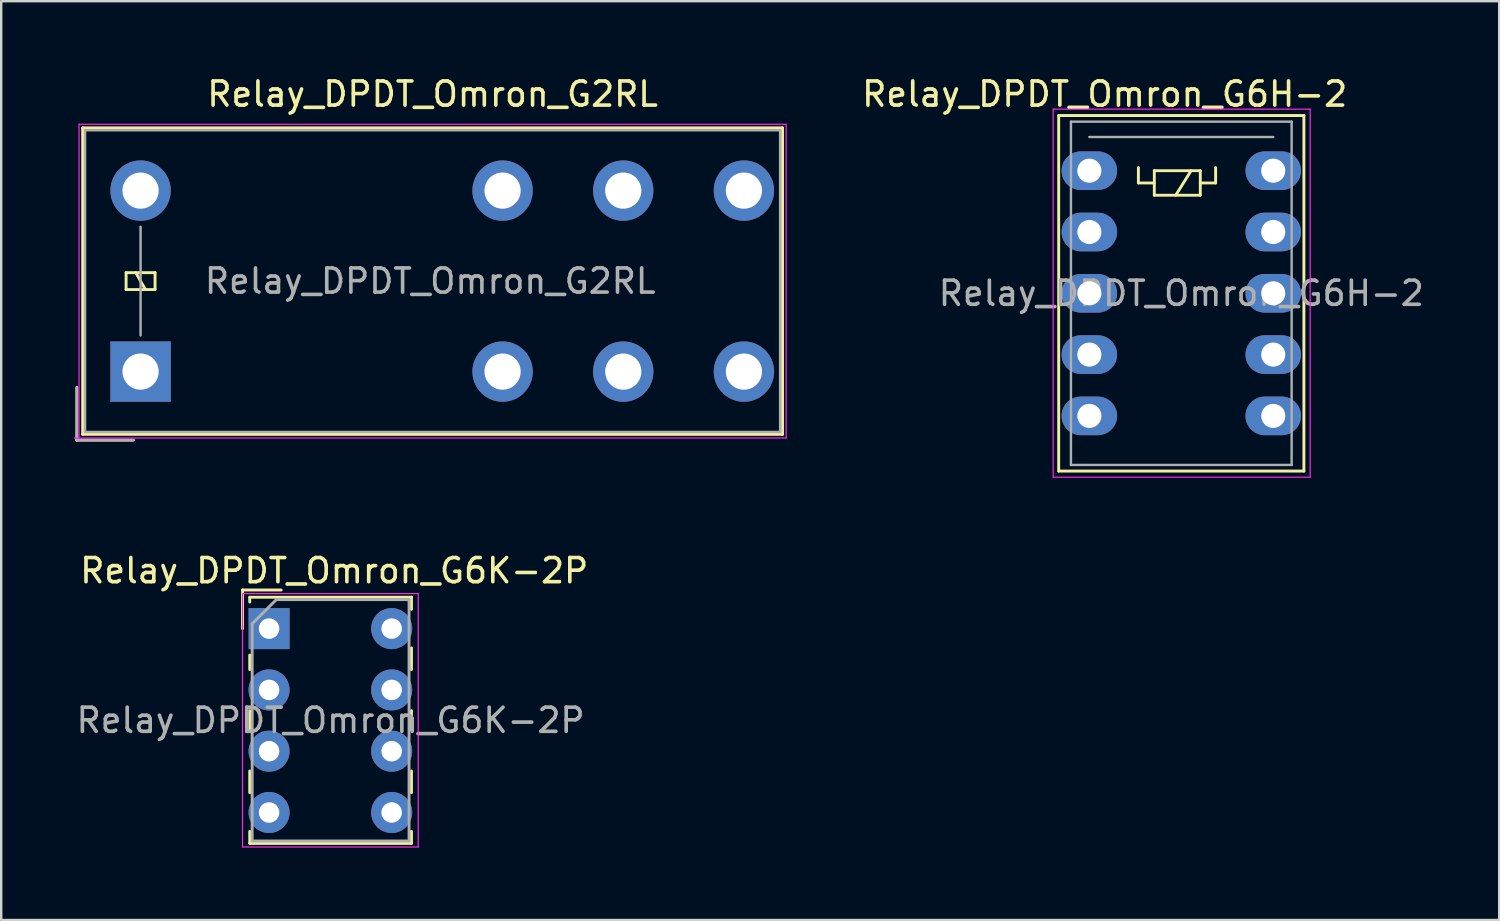
<source format=kicad_pcb>
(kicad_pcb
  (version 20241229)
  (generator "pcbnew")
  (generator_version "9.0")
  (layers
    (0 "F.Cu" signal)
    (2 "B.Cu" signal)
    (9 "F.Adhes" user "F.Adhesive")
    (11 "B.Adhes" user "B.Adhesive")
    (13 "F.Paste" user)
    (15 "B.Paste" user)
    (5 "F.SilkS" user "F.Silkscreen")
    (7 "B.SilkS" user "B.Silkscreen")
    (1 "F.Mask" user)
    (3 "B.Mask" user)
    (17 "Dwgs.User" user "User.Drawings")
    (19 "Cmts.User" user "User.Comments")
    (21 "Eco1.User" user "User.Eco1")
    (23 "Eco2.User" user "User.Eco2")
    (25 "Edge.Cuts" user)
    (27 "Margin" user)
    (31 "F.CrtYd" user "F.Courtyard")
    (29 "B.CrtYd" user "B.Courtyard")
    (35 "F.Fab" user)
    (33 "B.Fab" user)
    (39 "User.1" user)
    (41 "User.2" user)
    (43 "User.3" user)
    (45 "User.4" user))
  (footprint "Relay_DPDT_Omron_G6H-2"
    (layer "F.Cu")
    (at 42.088 4.023)
    (property "Reference" "Relay_DPDT_Omron_G6H-2" (at 0.635 -3.175 0) (layer "F.SilkS") (effects (font (size 1 1) (thickness 0.15))))
    (attr through_hole)
    (fp_line (start -1.27 -2.286) (end 8.89 -2.286) (stroke (width 0.12) (type solid)) (layer "F.SilkS"))
    (fp_line (start -1.27 12.446) (end -1.27 -2.286) (stroke (width 0.12) (type solid)) (layer "F.SilkS"))
    (fp_line (start 2.032 -0.127) (end 2.032 0.508) (stroke (width 0.12) (type solid)) (layer "F.SilkS"))
    (fp_line (start 2.032 0.508) (end 2.692 0.508) (stroke (width 0.12) (type solid)) (layer "F.SilkS"))
    (fp_line (start 2.692 0) (end 2.692 1.016) (stroke (width 0.12) (type solid)) (layer "F.SilkS"))
    (fp_line (start 2.692 1.016) (end 4.597 1.016) (stroke (width 0.12) (type solid)) (layer "F.SilkS"))
    (fp_line (start 4.216 0) (end 3.581 1.016) (stroke (width 0.12) (type solid)) (layer "F.SilkS"))
    (fp_line (start 4.597 0) (end 2.692 0) (stroke (width 0.12) (type solid)) (layer "F.SilkS"))
    (fp_line (start 4.597 0) (end 4.597 1.016) (stroke (width 0.12) (type solid)) (layer "F.SilkS"))
    (fp_line (start 5.232 -0.127) (end 5.232 0.508) (stroke (width 0.12) (type solid)) (layer "F.SilkS"))
    (fp_line (start 5.232 0.508) (end 4.597 0.508) (stroke (width 0.12) (type solid)) (layer "F.SilkS"))
    (fp_line (start 8.89 -2.286) (end 8.89 12.446) (stroke (width 0.12) (type solid)) (layer "F.SilkS"))
    (fp_line (start 8.89 12.446) (end -1.27 12.446) (stroke (width 0.12) (type solid)) (layer "F.SilkS"))
    (fp_line (start -1.5 -2.55) (end 9.15 -2.55) (stroke (width 0.05) (type solid)) (layer "F.CrtYd"))
    (fp_line (start -1.5 12.7) (end -1.5 -2.55) (stroke (width 0.05) (type solid)) (layer "F.CrtYd"))
    (fp_line (start 9.15 -2.55) (end 9.15 12.7) (stroke (width 0.05) (type solid)) (layer "F.CrtYd"))
    (fp_line (start 9.15 12.7) (end -1.5 12.7) (stroke (width 0.05) (type solid)) (layer "F.CrtYd"))
    (fp_line (start -0.762 -2.032) (end 8.382 -2.032) (stroke (width 0.1) (type solid)) (layer "F.Fab"))
    (fp_line (start -0.762 12.192) (end -0.762 -2.032) (stroke (width 0.1) (type solid)) (layer "F.Fab"))
    (fp_line (start 0 -1.397) (end 7.62 -1.397) (stroke (width 0.1) (type solid)) (layer "F.Fab"))
    (fp_line (start 8.382 -2.032) (end 8.382 12.192) (stroke (width 0.1) (type solid)) (layer "F.Fab"))
    (fp_line (start 8.382 12.192) (end -0.762 12.192) (stroke (width 0.1) (type solid)) (layer "F.Fab"))
    (fp_text user "${REFERENCE}" (at 3.81 5.08 0) (layer "F.Fab") (effects (font (size 1 1) (thickness 0.15))))
    (pad "1" thru_hole oval (at 0 0) (size 2.3 1.6) (drill 1) (layers "*.Cu" "*.Mask"))
    (pad "2" thru_hole oval (at 0 2.54) (size 2.3 1.6) (drill 1) (layers "*.Cu" "*.Mask"))
    (pad "3" thru_hole oval (at 0 5.08) (size 2.3 1.6) (drill 1) (layers "*.Cu" "*.Mask"))
    (pad "4" thru_hole oval (at 0 7.62) (size 2.3 1.6) (drill 1) (layers "*.Cu" "*.Mask"))
    (pad "5" thru_hole oval (at 0 10.16) (size 2.3 1.6) (drill 1) (layers "*.Cu" "*.Mask"))
    (pad "6" thru_hole oval (at 7.62 10.16) (size 2.3 1.6) (drill 1) (layers "*.Cu" "*.Mask"))
    (pad "7" thru_hole oval (at 7.62 7.62) (size 2.3 1.6) (drill 1) (layers "*.Cu" "*.Mask"))
    (pad "8" thru_hole oval (at 7.62 5.08) (size 2.3 1.6) (drill 1) (layers "*.Cu" "*.Mask"))
    (pad "9" thru_hole oval (at 7.62 2.54) (size 2.3 1.6) (drill 1) (layers "*.Cu" "*.Mask"))
    (pad "10" thru_hole oval (at 7.62 0) (size 2.3 1.6) (drill 1) (layers "*.Cu" "*.Mask")))
  (footprint "Relay_DPDT_Omron_G6K-2P"
    (layer "F.Cu")
    (at 8.099 22.997)
    (property "Reference" "Relay_DPDT_Omron_G6K-2P" (at 2.7 -2.4 0) (layer "F.SilkS") (effects (font (size 1 1) (thickness 0.15))))
    (attr through_hole)
    (fp_line (start -1.1 -1.6) (end 0.5 -1.6) (stroke (width 0.12) (type solid)) (layer "F.SilkS"))
    (fp_line (start -1.1 0) (end -1.1 -1.6) (stroke (width 0.12) (type solid)) (layer "F.SilkS"))
    (fp_line (start -0.8 -1.3) (end -0.8 -1.1) (stroke (width 0.12) (type solid)) (layer "F.SilkS"))
    (fp_line (start -0.8 -1.3) (end 5.9 -1.3) (stroke (width 0.12) (type solid)) (layer "F.SilkS"))
    (fp_line (start -0.8 1.7) (end -0.8 1.1) (stroke (width 0.12) (type solid)) (layer "F.SilkS"))
    (fp_line (start -0.8 4.2) (end -0.8 3.4) (stroke (width 0.12) (type solid)) (layer "F.SilkS"))
    (fp_line (start -0.8 6.8) (end -0.8 5.9) (stroke (width 0.12) (type solid)) (layer "F.SilkS"))
    (fp_line (start -0.8 8.9) (end -0.8 8.4) (stroke (width 0.12) (type solid)) (layer "F.SilkS"))
    (fp_line (start 5.9 -1.3) (end 5.9 -0.8) (stroke (width 0.12) (type solid)) (layer "F.SilkS"))
    (fp_line (start 5.9 0.8) (end 5.9 1.7) (stroke (width 0.12) (type solid)) (layer "F.SilkS"))
    (fp_line (start 5.9 3.4) (end 5.9 4.2) (stroke (width 0.12) (type solid)) (layer "F.SilkS"))
    (fp_line (start 5.9 5.9) (end 5.9 6.8) (stroke (width 0.12) (type solid)) (layer "F.SilkS"))
    (fp_line (start 5.9 8.4) (end 5.9 8.9) (stroke (width 0.12) (type solid)) (layer "F.SilkS"))
    (fp_line (start 5.9 8.9) (end -0.8 8.9) (stroke (width 0.12) (type solid)) (layer "F.SilkS"))
    (fp_line (start -1.1 -1.45) (end -1.1 9.05) (stroke (width 0.05) (type solid)) (layer "F.CrtYd"))
    (fp_line (start -1.1 -1.45) (end 6.18 -1.45) (stroke (width 0.05) (type solid)) (layer "F.CrtYd"))
    (fp_line (start 6.18 9.05) (end -1.1 9.05) (stroke (width 0.05) (type solid)) (layer "F.CrtYd"))
    (fp_line (start 6.18 9.05) (end 6.18 -1.45) (stroke (width 0.05) (type solid)) (layer "F.CrtYd"))
    (fp_line (start -0.7 -0.2) (end 0.3 -1.2) (stroke (width 0.12) (type solid)) (layer "F.Fab"))
    (fp_line (start -0.7 8.8) (end -0.7 -0.2) (stroke (width 0.12) (type solid)) (layer "F.Fab"))
    (fp_line (start 0.3 -1.2) (end 5.8 -1.2) (stroke (width 0.12) (type solid)) (layer "F.Fab"))
    (fp_line (start 5.8 -1.2) (end 5.8 8.8) (stroke (width 0.12) (type solid)) (layer "F.Fab"))
    (fp_line (start 5.8 8.8) (end -0.7 8.8) (stroke (width 0.12) (type solid)) (layer "F.Fab"))
    (fp_text user "${REFERENCE}" (at 2.55 3.8 0) (layer "F.Fab") (effects (font (size 1 1) (thickness 0.15))))
    (pad "1" thru_hole rect (at 0 0) (size 1.7 1.7) (drill 0.85) (layers "*.Cu" "*.Mask"))
    (pad "2" thru_hole circle (at 0 2.54) (size 1.7 1.7) (drill 0.85) (layers "*.Cu" "*.Mask"))
    (pad "3" thru_hole circle (at 0 5.08) (size 1.7 1.7) (drill 0.85) (layers "*.Cu" "*.Mask"))
    (pad "4" thru_hole circle (at 0 7.62) (size 1.7 1.7) (drill 0.85) (layers "*.Cu" "*.Mask"))
    (pad "5" thru_hole circle (at 5.08 7.62) (size 1.7 1.7) (drill 0.85) (layers "*.Cu" "*.Mask"))
    (pad "6" thru_hole circle (at 5.08 5.08) (size 1.7 1.7) (drill 0.85) (layers "*.Cu" "*.Mask"))
    (pad "7" thru_hole circle (at 5.08 2.54) (size 1.7 1.7) (drill 0.85) (layers "*.Cu" "*.Mask"))
    (pad "8" thru_hole circle (at 5.08 0) (size 1.7 1.7) (drill 0.85) (layers "*.Cu" "*.Mask")))
  (footprint "Relay_DPDT_Omron_G2RL"
    (layer "F.Cu")
    (at 2.775 12.348)
    (property "Reference" "Relay_DPDT_Omron_G2RL" (at 12.1 -11.5 180) (layer "F.SilkS") (effects (font (size 1 1) (thickness 0.15))))
    (attr through_hole)
    (fp_line (start -2.64 2.84) (end -2.64 0.65) (stroke (width 0.12) (type solid)) (layer "F.SilkS"))
    (fp_line (start -2.4 -10.1) (end -2.4 2.6) (stroke (width 0.12) (type solid)) (layer "F.SilkS"))
    (fp_line (start -2.4 2.6) (end 26.6 2.6) (stroke (width 0.12) (type solid)) (layer "F.SilkS"))
    (fp_line (start -0.6 -4.1) (end -0.6 -3.4) (stroke (width 0.12) (type solid)) (layer "F.SilkS"))
    (fp_line (start -0.6 -3.4) (end 0.6 -3.4) (stroke (width 0.12) (type solid)) (layer "F.SilkS"))
    (fp_line (start -0.3 2.84) (end -2.64 2.84) (stroke (width 0.12) (type solid)) (layer "F.SilkS"))
    (fp_line (start 0.2 -3.4) (end -0.2 -4.1) (stroke (width 0.12) (type solid)) (layer "F.SilkS"))
    (fp_line (start 0.6 -4.1) (end -0.6 -4.1) (stroke (width 0.12) (type solid)) (layer "F.SilkS"))
    (fp_line (start 0.6 -3.4) (end 0.6 -4.1) (stroke (width 0.12) (type solid)) (layer "F.SilkS"))
    (fp_line (start 26.6 -10.1) (end -2.4 -10.1) (stroke (width 0.12) (type solid)) (layer "F.SilkS"))
    (fp_line (start 26.6 2.6) (end 26.6 -10.1) (stroke (width 0.12) (type solid)) (layer "F.SilkS"))
    (fp_line (start -2.75 2.75) (end 26.75 2.75) (stroke (width 0.05) (type solid)) (layer "F.CrtYd"))
    (fp_line (start -2.55 -10.25) (end -2.55 2.75) (stroke (width 0.05) (type solid)) (layer "F.CrtYd"))
    (fp_line (start 26.75 -10.25) (end -2.55 -10.25) (stroke (width 0.05) (type solid)) (layer "F.CrtYd"))
    (fp_line (start 26.75 2.75) (end 26.75 -10.25) (stroke (width 0.05) (type solid)) (layer "F.CrtYd"))
    (fp_line (start -2.64 2.84) (end -2.64 0.65) (stroke (width 0.1) (type solid)) (layer "F.Fab"))
    (fp_line (start -2.3 -10) (end -2.3 2.5) (stroke (width 0.1) (type solid)) (layer "F.Fab"))
    (fp_line (start -2.3 2.5) (end 26.5 2.5) (stroke (width 0.1) (type solid)) (layer "F.Fab"))
    (fp_line (start -0.3 2.84) (end -2.64 2.84) (stroke (width 0.1) (type solid)) (layer "F.Fab"))
    (fp_line (start 0 -1.5) (end 0 -6) (stroke (width 0.1) (type solid)) (layer "F.Fab"))
    (fp_line (start 26.5 -10) (end -2.3 -10) (stroke (width 0.1) (type solid)) (layer "F.Fab"))
    (fp_line (start 26.5 2.5) (end 26.5 -10) (stroke (width 0.1) (type solid)) (layer "F.Fab"))
    (fp_text user "${REFERENCE}" (at 12 -3.75 180) (layer "F.Fab") (effects (font (size 1 1) (thickness 0.15))))
    (pad "1" thru_hole rect (at 0 0 90) (size 2.5 2.5) (drill 1.5) (layers "*.Cu" "*.Mask"))
    (pad "2" thru_hole oval (at 15 0 90) (size 2.5 2.5) (drill 1.5) (layers "*.Cu" "*.Mask"))
    (pad "3" thru_hole oval (at 20 0 90) (size 2.5 2.5) (drill 1.5) (layers "*.Cu" "*.Mask"))
    (pad "4" thru_hole oval (at 25 0 90) (size 2.5 2.5) (drill 1.5) (layers "*.Cu" "*.Mask"))
    (pad "5" thru_hole oval (at 25 -7.5 90) (size 2.5 2.5) (drill 1.5) (layers "*.Cu" "*.Mask"))
    (pad "6" thru_hole oval (at 20 -7.5 90) (size 2.5 2.5) (drill 1.5) (layers "*.Cu" "*.Mask"))
    (pad "7" thru_hole oval (at 15 -7.5 90) (size 2.5 2.5) (drill 1.5) (layers "*.Cu" "*.Mask"))
    (pad "8" thru_hole oval (at 0 -7.5 90) (size 2.5 2.5) (drill 1.5) (layers "*.Cu" "*.Mask")))
  (gr_rect
    (start -3 -3)
    (end 59.07 35.072)
    (stroke (width 0.1) (type default))
    (fill no)
    (layer "Edge.Cuts")))
</source>
